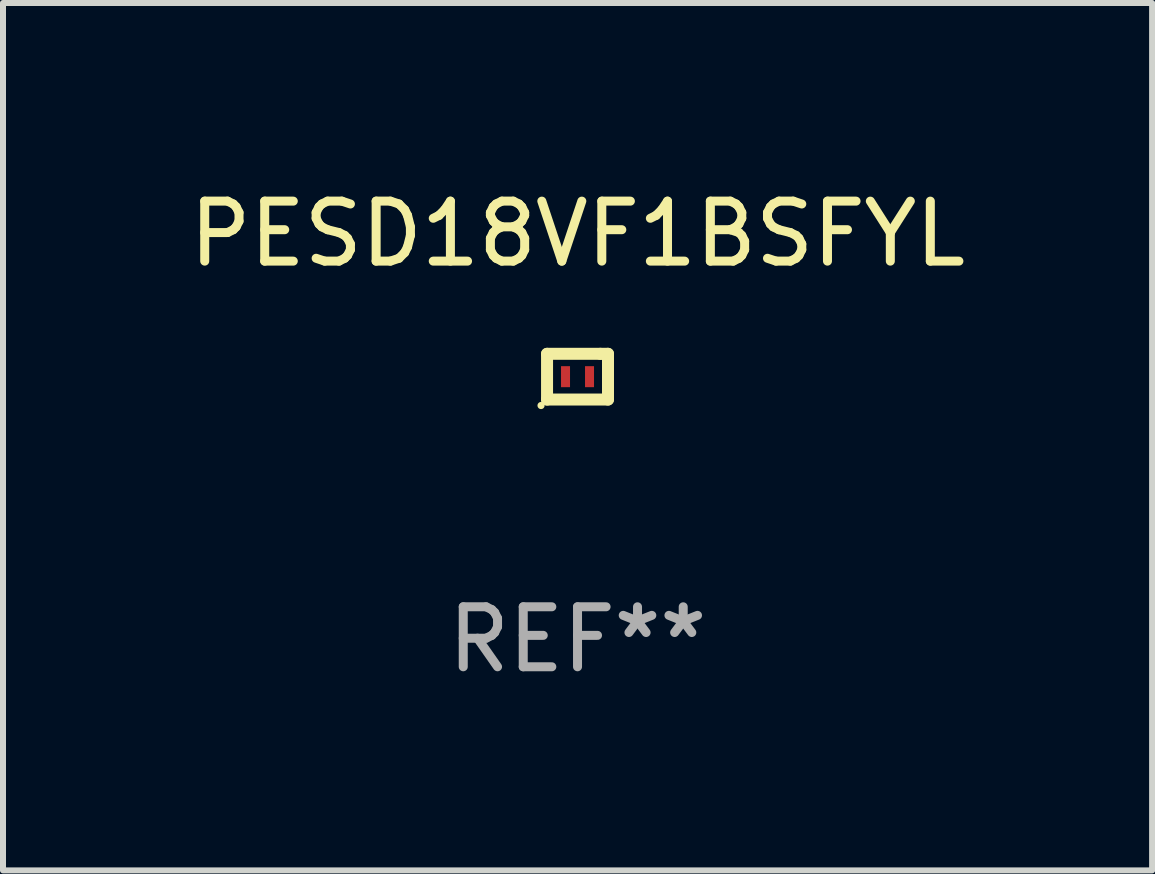
<source format=kicad_pcb>
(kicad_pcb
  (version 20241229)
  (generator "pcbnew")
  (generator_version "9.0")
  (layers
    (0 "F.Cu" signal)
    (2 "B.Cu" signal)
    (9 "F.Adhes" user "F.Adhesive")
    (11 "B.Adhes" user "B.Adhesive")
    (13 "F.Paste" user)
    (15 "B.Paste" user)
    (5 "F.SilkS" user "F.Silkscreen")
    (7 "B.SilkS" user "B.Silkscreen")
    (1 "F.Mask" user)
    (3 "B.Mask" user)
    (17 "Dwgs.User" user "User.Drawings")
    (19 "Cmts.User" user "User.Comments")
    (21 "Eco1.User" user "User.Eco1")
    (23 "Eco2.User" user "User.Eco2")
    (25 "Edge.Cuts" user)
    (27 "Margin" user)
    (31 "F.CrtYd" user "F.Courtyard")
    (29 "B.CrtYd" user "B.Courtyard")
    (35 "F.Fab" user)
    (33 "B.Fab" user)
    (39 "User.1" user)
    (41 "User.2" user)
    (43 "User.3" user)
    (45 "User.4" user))
  (footprint "PESD18VF1BSFYL"
    (layer "F.Cu")
    (at 6.577 3.229)
    (property "Reference" "PESD18VF1BSFYL" (at 0 -2.381 0) (layer "F.SilkS") (effects (font (size 1 1) (thickness 0.15))))
    (attr through_hole)
    (fp_line (start -0.508 -0.381) (end 0.381 -0.381) (stroke (width 0.2) (type solid)) (layer "F.SilkS"))
    (fp_line (start -0.508 0.381) (end -0.508 -0.381) (stroke (width 0.2) (type solid)) (layer "F.SilkS"))
    (fp_line (start 0.381 -0.381) (end 0.508 -0.381) (stroke (width 0.2) (type solid)) (layer "F.SilkS"))
    (fp_line (start 0.508 -0.381) (end 0.508 0.381) (stroke (width 0.2) (type solid)) (layer "F.SilkS"))
    (fp_line (start 0.508 0.381) (end -0.508 0.381) (stroke (width 0.2) (type solid)) (layer "F.SilkS"))
    (fp_circle (center -0.608 0.481) (end -0.578 0.481) (stroke (width 0.06) (type solid)) (fill no) (layer "F.SilkS"))
    (fp_text user "REF**" (at 0 4.381 0) (layer "F.Fab") (effects (font (size 1 1) (thickness 0.15))))
    (pad "1" smd rect (at -0.2 0) (size 0.15 0.35) (layers "F.Cu" "F.Mask" "F.Paste"))
    (pad "2" smd rect (at 0.2 0) (size 0.15 0.35) (layers "F.Cu" "F.Mask" "F.Paste")))
  (gr_rect
    (start -3 -3)
    (end 16.155 11.459)
    (stroke (width 0.1) (type default))
    (fill no)
    (layer "Edge.Cuts")))
</source>
